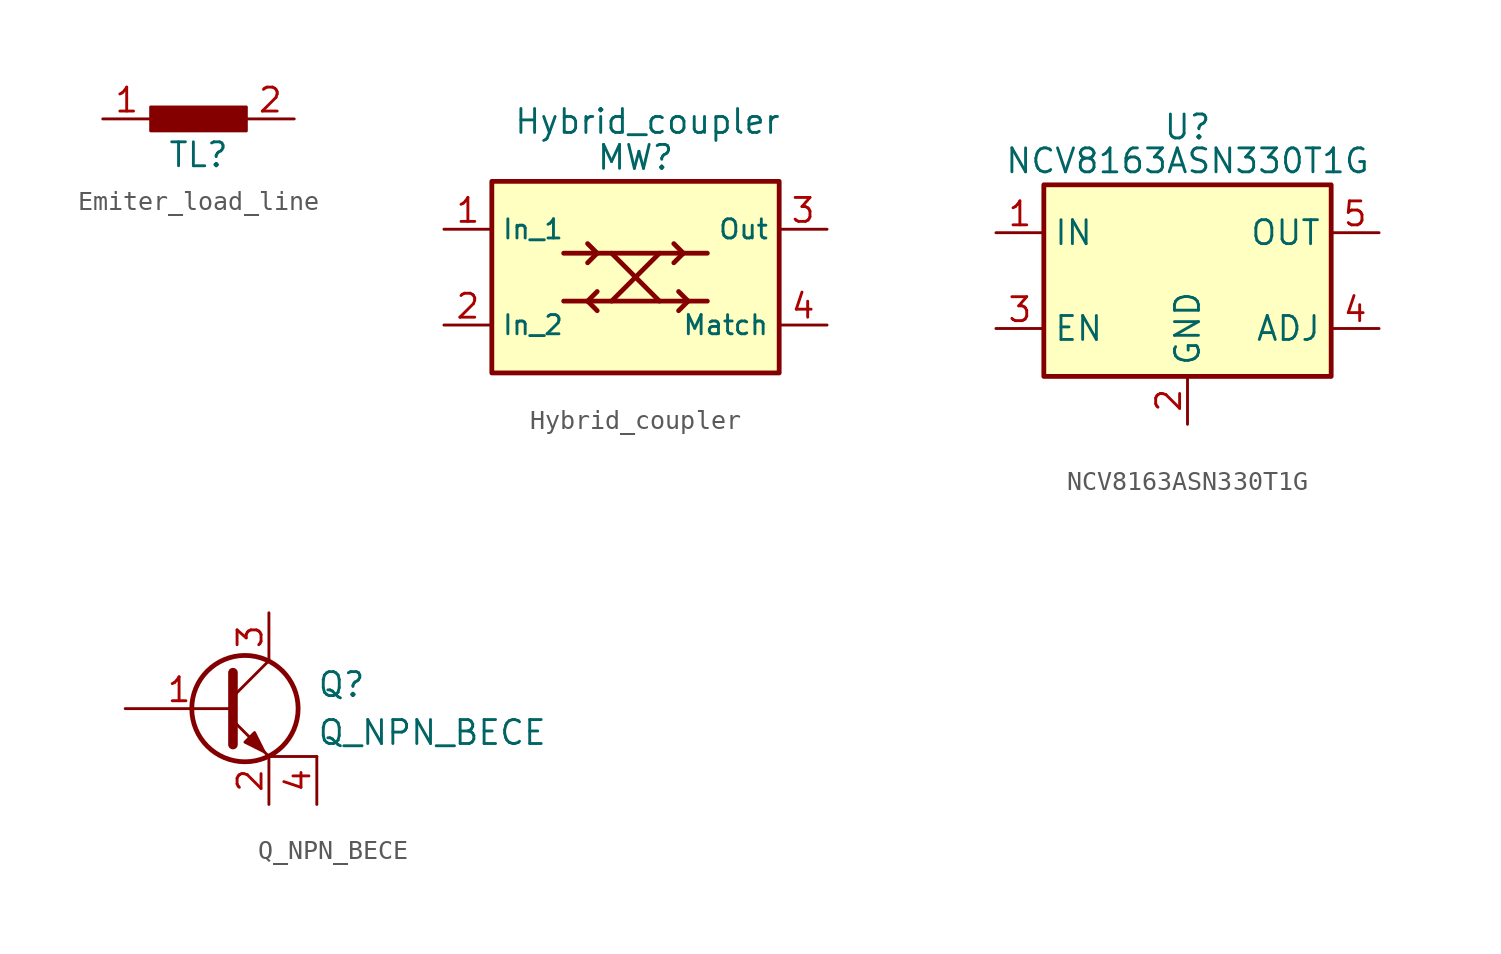
<source format=kicad_sym>
(kicad_symbol_lib
  (version 20211014)
  (generator kicad_symbol_editor)
  (symbol "Emiter_load_line"
    (property "Reference" "TL"
      (at 0 -1.905 0)
      (effects (font (size 1.27 1.27))))
    (symbol "Emiter_load_line_0_1"
      (rectangle (start -2.54 0.635) (end 2.54 -0.635) (stroke (width 0) (type default) (color 0 0 0 0)) (fill (type outline))))
    (symbol "Emiter_load_line_1_1"
      (pin passive line (at -5.08 0 0) (length 2.54) (name "" (effects (font (size 1.27 1.27)))) (number "1" (effects (font (size 1.27 1.27)))))
      (pin passive line (at 5.08 0 180) (length 2.54) (name "" (effects (font (size 1.27 1.27)))) (number "2" (effects (font (size 1.27 1.27)))))))
  (symbol "Hybrid_coupler"
    (property "Reference" "MW"
      (at 0 6.35 0)
      (effects (font (size 1.27 1.27))))
    (property "Value" "Hybrid_coupler"
      (at 0.635 8.255 0)
      (effects (font (size 1.27 1.27))))
    (symbol "Hybrid_coupler_0_1"
      (rectangle (start -7.62 5.08) (end 7.62 -5.08) (stroke (width 0.254) (type default) (color 0 0 0 0)) (fill (type background))))
    (symbol "Hybrid_coupler_1_1"
      (polyline (pts (xy -3.81 -1.27) (xy 3.81 -1.27)) (stroke (width 0.254) (type default) (color 0 0 0 0)) (fill (type none)))
      (polyline (pts (xy -3.81 1.27) (xy 3.81 1.27)) (stroke (width 0.254) (type default) (color 0 0 0 0)) (fill (type none)))
      (polyline (pts (xy -2.54 -1.27) (xy -2.032 -1.778)) (stroke (width 0.254) (type default) (color 0 0 0 0)) (fill (type none)))
      (polyline (pts (xy -2.54 1.778) (xy -2.032 1.27)) (stroke (width 0.254) (type default) (color 0 0 0 0)) (fill (type none)))
      (polyline (pts (xy -2.032 -0.762) (xy -2.54 -1.27)) (stroke (width 0.254) (type default) (color 0 0 0 0)) (fill (type none)))
      (polyline (pts (xy -2.032 1.27) (xy -2.54 0.762)) (stroke (width 0.254) (type default) (color 0 0 0 0)) (fill (type none)))
      (polyline (pts (xy -1.27 1.27) (xy 1.27 -1.27)) (stroke (width 0.254) (type default) (color 0 0 0 0)) (fill (type none)))
      (polyline (pts (xy 1.27 1.27) (xy -1.27 -1.27)) (stroke (width 0.254) (type default) (color 0 0 0 0)) (fill (type none)))
      (polyline (pts (xy 2.032 1.778) (xy 2.54 1.27)) (stroke (width 0.254) (type default) (color 0 0 0 0)) (fill (type none)))
      (polyline (pts (xy 2.286 -0.762) (xy 2.794 -1.27)) (stroke (width 0.254) (type default) (color 0 0 0 0)) (fill (type none)))
      (polyline (pts (xy 2.54 1.27) (xy 2.032 0.762)) (stroke (width 0.254) (type default) (color 0 0 0 0)) (fill (type none)))
      (polyline (pts (xy 2.794 -1.27) (xy 2.286 -1.778)) (stroke (width 0.254) (type default) (color 0 0 0 0)) (fill (type none)))
      (pin passive line (at -10.16 2.54 0) (length 2.54) (name "In_1" (effects (font (size 1.016 1.016)))) (number "1" (effects (font (size 1.27 1.27)))))
      (pin passive line (at -10.16 -2.54 0) (length 2.54) (name "In_2" (effects (font (size 1.016 1.016)))) (number "2" (effects (font (size 1.27 1.27)))))
      (pin passive line (at 10.16 2.54 180) (length 2.54) (name "Out" (effects (font (size 1.016 1.016)))) (number "3" (effects (font (size 1.27 1.27)))))
      (pin passive line (at 10.16 -2.54 180) (length 2.54) (name "Match" (effects (font (size 1.016 1.016)))) (number "4" (effects (font (size 1.27 1.27)))))))
  (symbol "NCV8163ASN330T1G"
    (property "Reference" "U"
      (at 0 8.89 0)
      (effects (font (size 1.27 1.27)) (justify top)))
    (property "Value" "NCV8163ASN330T1G"
      (at 0 6.35 0)
      (effects (font (size 1.27 1.27))))
    (symbol "NCV8163ASN330T1G_0_1"
      (rectangle (start -7.62 5.08) (end 7.62 -5.08) (stroke (width 0.254) (type default) (color 0 0 0 0)) (fill (type background))))
    (symbol "NCV8163ASN330T1G_1_1"
      (pin power_in line (at -10.16 2.54 0) (length 2.54) (name "IN" (effects (font (size 1.27 1.27)))) (number "1" (effects (font (size 1.27 1.27)))))
      (pin power_in line (at 0 -7.62 90) (length 2.54) (name "GND" (effects (font (size 1.27 1.27)))) (number "2" (effects (font (size 1.27 1.27)))))
      (pin input line (at -10.16 -2.54 0) (length 2.54) (name "EN" (effects (font (size 1.27 1.27)))) (number "3" (effects (font (size 1.27 1.27)))))
      (pin passive line (at 10.16 -2.54 180) (length 2.54) (name "ADJ" (effects (font (size 1.27 1.27)))) (number "4" (effects (font (size 1.27 1.27)))))
      (pin power_out line (at 10.16 2.54 180) (length 2.54) (name "OUT" (effects (font (size 1.27 1.27)))) (number "5" (effects (font (size 1.27 1.27)))))))
  (symbol "Q_NPN_BECE"
    (pin_names
      (offset 0) hide)
    (property "Reference" "Q"
      (at 5.08 1.27 0)
      (effects (font (size 1.27 1.27)) (justify left)))
    (property "Value" "Q_NPN_BECE"
      (at 5.08 -1.27 0)
      (effects (font (size 1.27 1.27)) (justify left)))
    (symbol "Q_NPN_BECE_0_1"
      (polyline (pts (xy 0.635 0.635) (xy 2.54 2.54)) (stroke (width 0) (type default) (color 0 0 0 0)) (fill (type none)))
      (polyline (pts (xy 5.08 -2.54) (xy 2.54 -2.54)) (stroke (width 0) (type default) (color 0 0 0 0)) (fill (type none)))
      (polyline (pts (xy 0.635 -0.635) (xy 2.54 -2.54) (xy 2.54 -2.54)) (stroke (width 0) (type default) (color 0 0 0 0)) (fill (type none)))
      (polyline (pts (xy 0.635 1.905) (xy 0.635 -1.905) (xy 0.635 -1.905)) (stroke (width 0.508) (type default) (color 0 0 0 0)) (fill (type none)))
      (polyline (pts (xy 1.27 -1.778) (xy 1.778 -1.27) (xy 2.286 -2.286) (xy 1.27 -1.778) (xy 1.27 -1.778)) (stroke (width 0) (type default) (color 0 0 0 0)) (fill (type outline)))
      (circle (center 1.27 0) (radius 2.819) (stroke (width 0.254) (type default) (color 0 0 0 0)) (fill (type none))))
    (symbol "Q_NPN_BECE_1_1"
      (pin input line (at -5.08 0 0) (length 5.715) (name "B" (effects (font (size 1.27 1.27)))) (number "1" (effects (font (size 1.27 1.27)))))
      (pin passive line (at 2.54 -5.08 90) (length 2.54) (name "E" (effects (font (size 1.27 1.27)))) (number "2" (effects (font (size 1.27 1.27)))))
      (pin passive line (at 2.54 5.08 270) (length 2.54) (name "C" (effects (font (size 1.27 1.27)))) (number "3" (effects (font (size 1.27 1.27)))))
      (pin passive line (at 5.08 -5.08 90) (length 2.54) (name "E" (effects (font (size 1.27 1.27)))) (number "4" (effects (font (size 1.27 1.27))))))))
</source>
